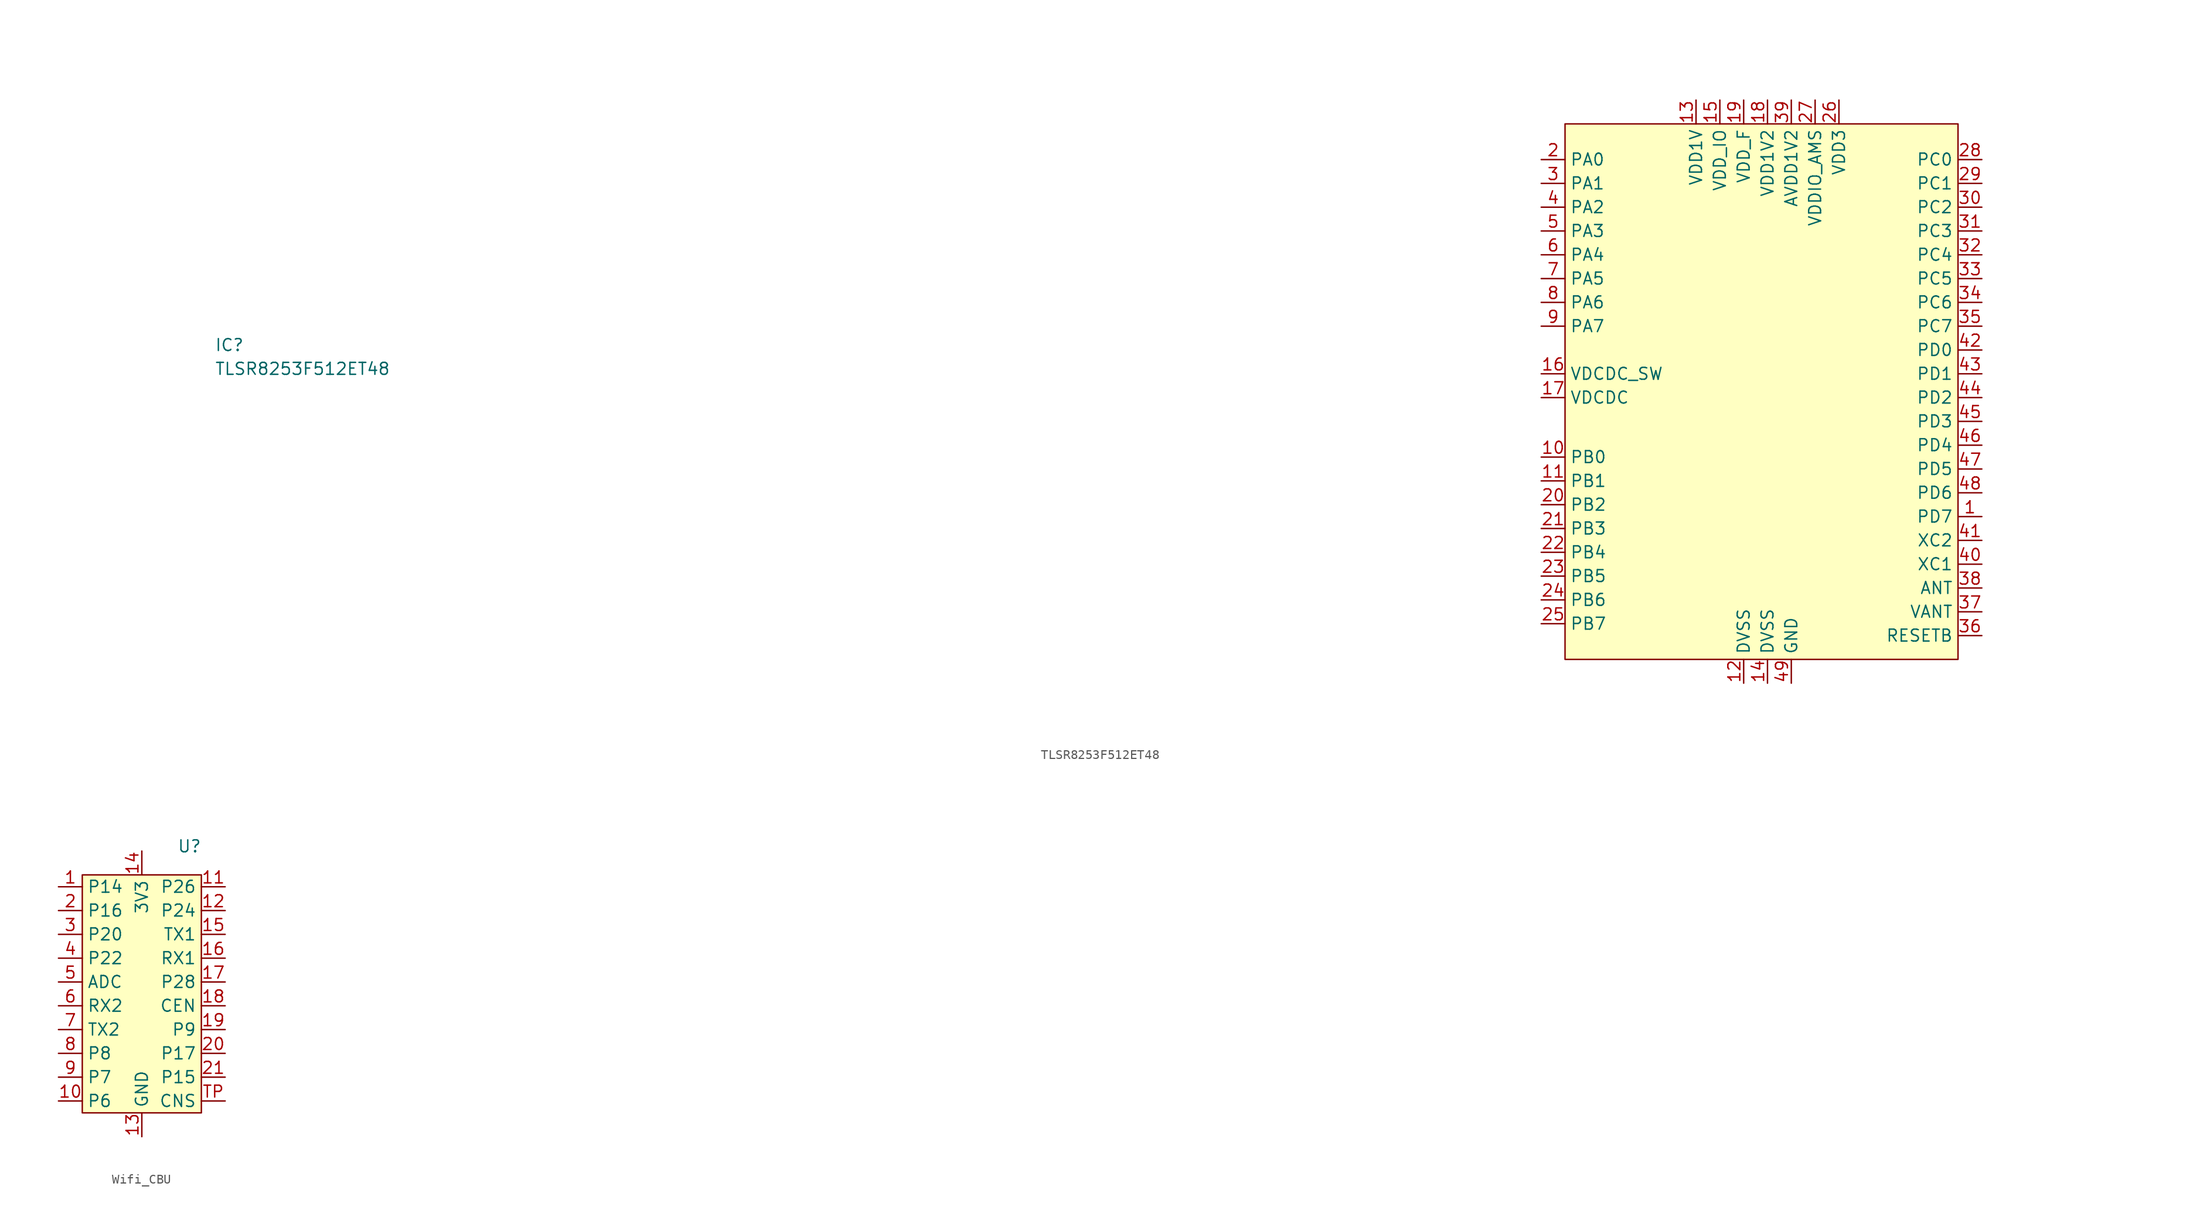
<source format=kicad_sym>
(kicad_symbol_lib
  (version 20231120)
  (generator "kicad_symbol_editor")
  (generator_version "8.0")
  (symbol "TLSR8253F512ET48"
    (property "Reference" "IC"
      (at -164.338 7.62 0)
      (effects (font (size 1.27 1.27)) (justify left top)))
    (property "Value" "TLSR8253F512ET48"
      (at -164.338 5.08 0)
      (effects (font (size 1.27 1.27)) (justify left top)))
    (symbol "TLSR8253F512ET48_1_1"
      (rectangle (start -20.32 30.48) (end 21.59 -26.67) (stroke (width 0) (type default)) (fill (type background)))
      (pin passive line (at 24.13 -11.43 180) (length 2.54) (name "PD7" (effects (font (size 1.27 1.27)))) (number "1" (effects (font (size 1.27 1.27)))))
      (pin passive line (at -22.86 -5.08 0) (length 2.54) (name "PB0" (effects (font (size 1.27 1.27)))) (number "10" (effects (font (size 1.27 1.27)))))
      (pin passive line (at -22.86 -7.62 0) (length 2.54) (name "PB1" (effects (font (size 1.27 1.27)))) (number "11" (effects (font (size 1.27 1.27)))))
      (pin passive line (at -1.27 -29.21 90) (length 2.54) (name "DVSS" (effects (font (size 1.27 1.27)))) (number "12" (effects (font (size 1.27 1.27)))))
      (pin passive line (at -6.35 33.02 270) (length 2.54) (name "VDD1V" (effects (font (size 1.27 1.27)))) (number "13" (effects (font (size 1.27 1.27)))))
      (pin passive line (at 1.27 -29.21 90) (length 2.54) (name "DVSS" (effects (font (size 1.27 1.27)))) (number "14" (effects (font (size 1.27 1.27)))))
      (pin passive line (at -3.81 33.02 270) (length 2.54) (name "VDD_IO" (effects (font (size 1.27 1.27)))) (number "15" (effects (font (size 1.27 1.27)))))
      (pin passive line (at -22.86 3.81 0) (length 2.54) (name "VDCDC_SW" (effects (font (size 1.27 1.27)))) (number "16" (effects (font (size 1.27 1.27)))))
      (pin passive line (at -22.86 1.27 0) (length 2.54) (name "VDCDC" (effects (font (size 1.27 1.27)))) (number "17" (effects (font (size 1.27 1.27)))))
      (pin passive line (at 1.27 33.02 270) (length 2.54) (name "VDD1V2" (effects (font (size 1.27 1.27)))) (number "18" (effects (font (size 1.27 1.27)))))
      (pin passive line (at -1.27 33.02 270) (length 2.54) (name "VDD_F" (effects (font (size 1.27 1.27)))) (number "19" (effects (font (size 1.27 1.27)))))
      (pin passive line (at -22.86 26.67 0) (length 2.54) (name "PA0" (effects (font (size 1.27 1.27)))) (number "2" (effects (font (size 1.27 1.27)))))
      (pin passive line (at -22.86 -10.16 0) (length 2.54) (name "PB2" (effects (font (size 1.27 1.27)))) (number "20" (effects (font (size 1.27 1.27)))))
      (pin passive line (at -22.86 -12.7 0) (length 2.54) (name "PB3" (effects (font (size 1.27 1.27)))) (number "21" (effects (font (size 1.27 1.27)))))
      (pin passive line (at -22.86 -15.24 0) (length 2.54) (name "PB4" (effects (font (size 1.27 1.27)))) (number "22" (effects (font (size 1.27 1.27)))))
      (pin passive line (at -22.86 -17.78 0) (length 2.54) (name "PB5" (effects (font (size 1.27 1.27)))) (number "23" (effects (font (size 1.27 1.27)))))
      (pin passive line (at -22.86 -20.32 0) (length 2.54) (name "PB6" (effects (font (size 1.27 1.27)))) (number "24" (effects (font (size 1.27 1.27)))))
      (pin passive line (at -22.86 -22.86 0) (length 2.54) (name "PB7" (effects (font (size 1.27 1.27)))) (number "25" (effects (font (size 1.27 1.27)))))
      (pin passive line (at 8.89 33.02 270) (length 2.54) (name "VDD3" (effects (font (size 1.27 1.27)))) (number "26" (effects (font (size 1.27 1.27)))))
      (pin passive line (at 6.35 33.02 270) (length 2.54) (name "VDDIO_AMS" (effects (font (size 1.27 1.27)))) (number "27" (effects (font (size 1.27 1.27)))))
      (pin passive line (at 24.13 26.67 180) (length 2.54) (name "PC0" (effects (font (size 1.27 1.27)))) (number "28" (effects (font (size 1.27 1.27)))))
      (pin passive line (at 24.13 24.13 180) (length 2.54) (name "PC1" (effects (font (size 1.27 1.27)))) (number "29" (effects (font (size 1.27 1.27)))))
      (pin passive line (at -22.86 24.13 0) (length 2.54) (name "PA1" (effects (font (size 1.27 1.27)))) (number "3" (effects (font (size 1.27 1.27)))))
      (pin passive line (at 24.13 21.59 180) (length 2.54) (name "PC2" (effects (font (size 1.27 1.27)))) (number "30" (effects (font (size 1.27 1.27)))))
      (pin passive line (at 24.13 19.05 180) (length 2.54) (name "PC3" (effects (font (size 1.27 1.27)))) (number "31" (effects (font (size 1.27 1.27)))))
      (pin passive line (at 24.13 16.51 180) (length 2.54) (name "PC4" (effects (font (size 1.27 1.27)))) (number "32" (effects (font (size 1.27 1.27)))))
      (pin passive line (at 24.13 13.97 180) (length 2.54) (name "PC5" (effects (font (size 1.27 1.27)))) (number "33" (effects (font (size 1.27 1.27)))))
      (pin passive line (at 24.13 11.43 180) (length 2.54) (name "PC6" (effects (font (size 1.27 1.27)))) (number "34" (effects (font (size 1.27 1.27)))))
      (pin passive line (at 24.13 8.89 180) (length 2.54) (name "PC7" (effects (font (size 1.27 1.27)))) (number "35" (effects (font (size 1.27 1.27)))))
      (pin passive line (at 24.13 -24.13 180) (length 2.54) (name "RESETB" (effects (font (size 1.27 1.27)))) (number "36" (effects (font (size 1.27 1.27)))))
      (pin passive line (at 24.13 -21.59 180) (length 2.54) (name "VANT" (effects (font (size 1.27 1.27)))) (number "37" (effects (font (size 1.27 1.27)))))
      (pin passive line (at 24.13 -19.05 180) (length 2.54) (name "ANT" (effects (font (size 1.27 1.27)))) (number "38" (effects (font (size 1.27 1.27)))))
      (pin passive line (at 3.81 33.02 270) (length 2.54) (name "AVDD1V2" (effects (font (size 1.27 1.27)))) (number "39" (effects (font (size 1.27 1.27)))))
      (pin passive line (at -22.86 21.59 0) (length 2.54) (name "PA2" (effects (font (size 1.27 1.27)))) (number "4" (effects (font (size 1.27 1.27)))))
      (pin passive line (at 24.13 -16.51 180) (length 2.54) (name "XC1" (effects (font (size 1.27 1.27)))) (number "40" (effects (font (size 1.27 1.27)))))
      (pin passive line (at 24.13 -13.97 180) (length 2.54) (name "XC2" (effects (font (size 1.27 1.27)))) (number "41" (effects (font (size 1.27 1.27)))))
      (pin passive line (at 24.13 6.35 180) (length 2.54) (name "PD0" (effects (font (size 1.27 1.27)))) (number "42" (effects (font (size 1.27 1.27)))))
      (pin passive line (at 24.13 3.81 180) (length 2.54) (name "PD1" (effects (font (size 1.27 1.27)))) (number "43" (effects (font (size 1.27 1.27)))))
      (pin passive line (at 24.13 1.27 180) (length 2.54) (name "PD2" (effects (font (size 1.27 1.27)))) (number "44" (effects (font (size 1.27 1.27)))))
      (pin passive line (at 24.13 -1.27 180) (length 2.54) (name "PD3" (effects (font (size 1.27 1.27)))) (number "45" (effects (font (size 1.27 1.27)))))
      (pin passive line (at 24.13 -3.81 180) (length 2.54) (name "PD4" (effects (font (size 1.27 1.27)))) (number "46" (effects (font (size 1.27 1.27)))))
      (pin passive line (at 24.13 -6.35 180) (length 2.54) (name "PD5" (effects (font (size 1.27 1.27)))) (number "47" (effects (font (size 1.27 1.27)))))
      (pin passive line (at 24.13 -8.89 180) (length 2.54) (name "PD6" (effects (font (size 1.27 1.27)))) (number "48" (effects (font (size 1.27 1.27)))))
      (pin passive line (at 3.81 -29.21 90) (length 2.54) (name "GND" (effects (font (size 1.27 1.27)))) (number "49" (effects (font (size 1.27 1.27)))))
      (pin passive line (at -22.86 19.05 0) (length 2.54) (name "PA3" (effects (font (size 1.27 1.27)))) (number "5" (effects (font (size 1.27 1.27)))))
      (pin passive line (at -22.86 16.51 0) (length 2.54) (name "PA4" (effects (font (size 1.27 1.27)))) (number "6" (effects (font (size 1.27 1.27)))))
      (pin passive line (at -22.86 13.97 0) (length 2.54) (name "PA5" (effects (font (size 1.27 1.27)))) (number "7" (effects (font (size 1.27 1.27)))))
      (pin passive line (at -22.86 11.43 0) (length 2.54) (name "PA6" (effects (font (size 1.27 1.27)))) (number "8" (effects (font (size 1.27 1.27)))))
      (pin passive line (at -22.86 8.89 0) (length 2.54) (name "PA7" (effects (font (size 1.27 1.27)))) (number "9" (effects (font (size 1.27 1.27)))))))
  (symbol "Wifi_CBU"
    (property "Reference" "U"
      (at 5.08 15.748 0)
      (effects (font (size 1.27 1.27))))
    (property "Value" ""
      (at 5.08 15.748 0)
      (effects (font (size 1.27 1.27))))
    (symbol "Wifi_CBU_1_1"
      (rectangle (start -6.35 12.7) (end 6.35 -12.7) (stroke (width 0) (type default)) (fill (type background)))
      (pin bidirectional line (at -8.89 11.43 0) (length 2.54) (name "P14" (effects (font (size 1.27 1.27)))) (number "1" (effects (font (size 1.27 1.27)))))
      (pin bidirectional line (at -8.89 -11.43 0) (length 2.54) (name "P6" (effects (font (size 1.27 1.27)))) (number "10" (effects (font (size 1.27 1.27)))))
      (pin bidirectional line (at 8.89 11.43 180) (length 2.54) (name "P26" (effects (font (size 1.27 1.27)))) (number "11" (effects (font (size 1.27 1.27)))))
      (pin bidirectional line (at 8.89 8.89 180) (length 2.54) (name "P24" (effects (font (size 1.27 1.27)))) (number "12" (effects (font (size 1.27 1.27)))))
      (pin input line (at 0 -15.24 90) (length 2.54) (name "GND" (effects (font (size 1.27 1.27)))) (number "13" (effects (font (size 1.27 1.27)))))
      (pin input line (at 0 15.24 270) (length 2.54) (name "3V3" (effects (font (size 1.27 1.27)))) (number "14" (effects (font (size 1.27 1.27)))))
      (pin bidirectional line (at 8.89 6.35 180) (length 2.54) (name "TX1" (effects (font (size 1.27 1.27)))) (number "15" (effects (font (size 1.27 1.27)))))
      (pin bidirectional line (at 8.89 3.81 180) (length 2.54) (name "RX1" (effects (font (size 1.27 1.27)))) (number "16" (effects (font (size 1.27 1.27)))))
      (pin bidirectional line (at 8.89 1.27 180) (length 2.54) (name "P28" (effects (font (size 1.27 1.27)))) (number "17" (effects (font (size 1.27 1.27)))))
      (pin bidirectional line (at 8.89 -1.27 180) (length 2.54) (name "CEN" (effects (font (size 1.27 1.27)))) (number "18" (effects (font (size 1.27 1.27)))))
      (pin bidirectional line (at 8.89 -3.81 180) (length 2.54) (name "P9" (effects (font (size 1.27 1.27)))) (number "19" (effects (font (size 1.27 1.27)))))
      (pin bidirectional line (at -8.89 8.89 0) (length 2.54) (name "P16" (effects (font (size 1.27 1.27)))) (number "2" (effects (font (size 1.27 1.27)))))
      (pin bidirectional line (at 8.89 -6.35 180) (length 2.54) (name "P17" (effects (font (size 1.27 1.27)))) (number "20" (effects (font (size 1.27 1.27)))))
      (pin bidirectional line (at 8.89 -8.89 180) (length 2.54) (name "P15" (effects (font (size 1.27 1.27)))) (number "21" (effects (font (size 1.27 1.27)))))
      (pin bidirectional line (at -8.89 6.35 0) (length 2.54) (name "P20" (effects (font (size 1.27 1.27)))) (number "3" (effects (font (size 1.27 1.27)))))
      (pin bidirectional line (at -8.89 3.81 0) (length 2.54) (name "P22" (effects (font (size 1.27 1.27)))) (number "4" (effects (font (size 1.27 1.27)))))
      (pin bidirectional line (at -8.89 1.27 0) (length 2.54) (name "ADC" (effects (font (size 1.27 1.27)))) (number "5" (effects (font (size 1.27 1.27)))))
      (pin bidirectional line (at -8.89 -1.27 0) (length 2.54) (name "RX2" (effects (font (size 1.27 1.27)))) (number "6" (effects (font (size 1.27 1.27)))))
      (pin bidirectional line (at -8.89 -3.81 0) (length 2.54) (name "TX2" (effects (font (size 1.27 1.27)))) (number "7" (effects (font (size 1.27 1.27)))))
      (pin bidirectional line (at -8.89 -6.35 0) (length 2.54) (name "P8" (effects (font (size 1.27 1.27)))) (number "8" (effects (font (size 1.27 1.27)))))
      (pin bidirectional line (at -8.89 -8.89 0) (length 2.54) (name "P7" (effects (font (size 1.27 1.27)))) (number "9" (effects (font (size 1.27 1.27)))))
      (pin bidirectional line (at 8.89 -11.43 180) (length 2.54) (name "CNS" (effects (font (size 1.27 1.27)))) (number "TP" (effects (font (size 1.27 1.27))))))))
</source>
